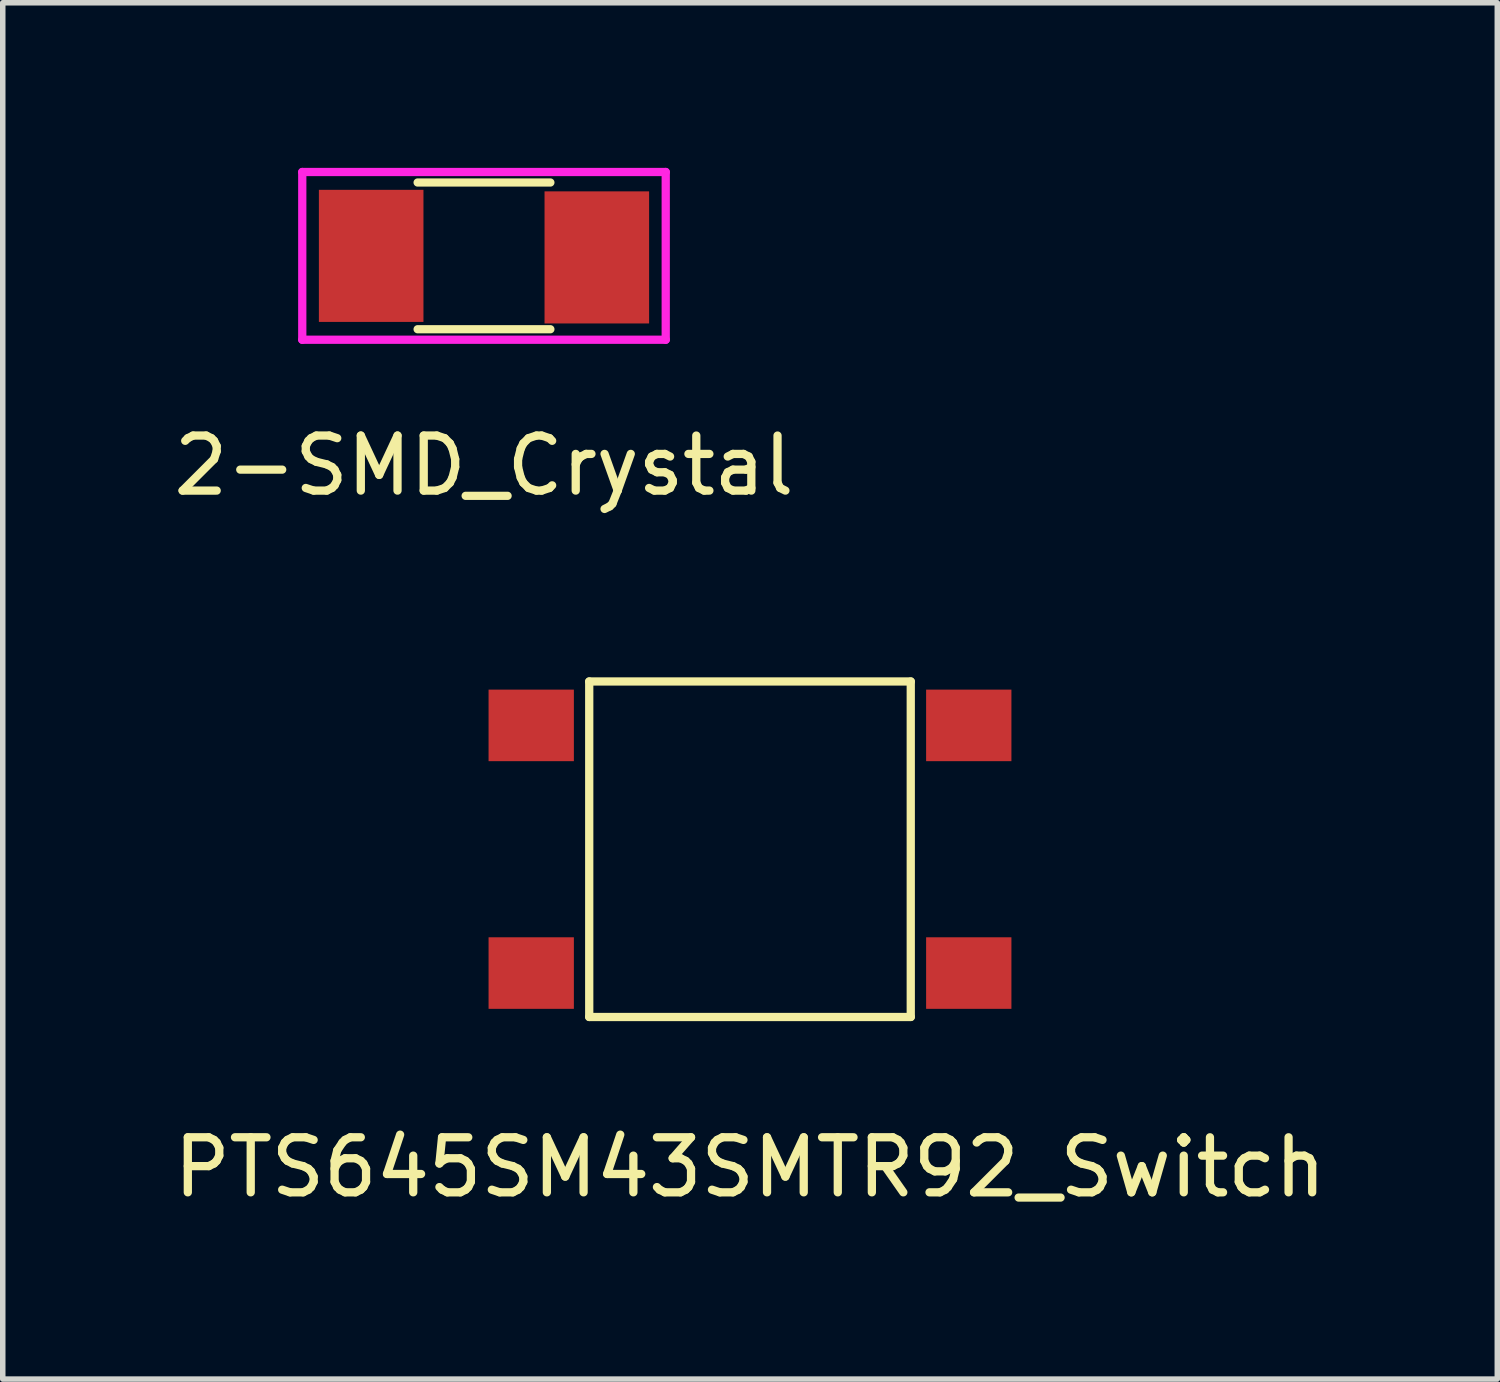
<source format=kicad_pcb>
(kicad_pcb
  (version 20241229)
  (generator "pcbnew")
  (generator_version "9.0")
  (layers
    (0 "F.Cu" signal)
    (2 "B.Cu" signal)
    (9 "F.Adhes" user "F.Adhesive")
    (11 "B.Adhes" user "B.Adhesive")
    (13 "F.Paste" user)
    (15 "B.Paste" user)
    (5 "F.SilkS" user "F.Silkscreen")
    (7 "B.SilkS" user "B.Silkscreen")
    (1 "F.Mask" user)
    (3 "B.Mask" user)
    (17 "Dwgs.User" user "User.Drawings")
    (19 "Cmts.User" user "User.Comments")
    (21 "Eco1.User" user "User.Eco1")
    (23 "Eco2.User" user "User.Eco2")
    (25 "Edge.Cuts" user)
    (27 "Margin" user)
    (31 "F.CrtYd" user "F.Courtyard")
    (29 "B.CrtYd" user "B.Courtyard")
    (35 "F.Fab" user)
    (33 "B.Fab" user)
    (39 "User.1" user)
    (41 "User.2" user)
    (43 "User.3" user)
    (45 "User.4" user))
  (footprint "PTS645SM43SMTR92_Switch"
    (layer "F.Cu")
    (at 10.577 12.38)
    (property "Reference" "PTS645SM43SMTR92_Switch" (at 0 5.779 0) (layer "F.SilkS") (effects (font (size 1 1) (thickness 0.15))))
    (attr through_hole)
    (fp_line (start -2.921 -3.048) (end 2.921 -3.048) (stroke (width 0.15) (type solid)) (layer "F.SilkS"))
    (fp_line (start -2.921 3.048) (end -2.921 -3.048) (stroke (width 0.15) (type solid)) (layer "F.SilkS"))
    (fp_line (start 2.921 -3.048) (end 2.921 3.048) (stroke (width 0.15) (type solid)) (layer "F.SilkS"))
    (fp_line (start 2.921 3.048) (end -2.921 3.048) (stroke (width 0.15) (type solid)) (layer "F.SilkS"))
    (pad "1" smd rect (at -3.975 -2.25) (size 1.55 1.3) (layers "F.Cu" "F.Mask" "F.Paste"))
    (pad "1" smd rect (at 3.975 -2.25) (size 1.55 1.3) (layers "F.Cu" "F.Mask" "F.Paste"))
    (pad "2" smd rect (at -3.975 2.25) (size 1.55 1.3) (layers "F.Cu" "F.Mask" "F.Paste"))
    (pad "2" smd rect (at 3.975 2.25) (size 1.55 1.3) (layers "F.Cu" "F.Mask" "F.Paste")))
  (footprint "2-SMD_Crystal"
    (layer "F.Cu")
    (at 5.744 1.599)
    (property "Reference" "2-SMD_Crystal" (at 0 3.81 0) (layer "F.SilkS") (effects (font (size 1 1) (thickness 0.15))))
    (attr through_hole)
    (fp_line (start -1.206 -1.333) (end 1.206 -1.333) (stroke (width 0.15) (type solid)) (layer "F.SilkS"))
    (fp_line (start 1.206 1.333) (end -1.206 1.333) (stroke (width 0.15) (type solid)) (layer "F.SilkS"))
    (fp_line (start -3.302 -1.524) (end 3.302 -1.524) (stroke (width 0.15) (type solid)) (layer "F.CrtYd"))
    (fp_line (start -3.302 1.524) (end -3.302 -1.524) (stroke (width 0.15) (type solid)) (layer "F.CrtYd"))
    (fp_line (start 3.302 -1.524) (end 3.302 1.524) (stroke (width 0.15) (type solid)) (layer "F.CrtYd"))
    (fp_line (start 3.302 1.524) (end -3.302 1.524) (stroke (width 0.15) (type solid)) (layer "F.CrtYd"))
    (pad "1" smd rect (at -2.05 0) (size 1.9 2.4) (layers "F.Cu" "F.Mask" "F.Paste"))
    (pad "2" smd rect (at 2.05 0.028) (size 1.9 2.4) (layers "F.Cu" "F.Mask" "F.Paste")))
  (gr_rect
    (start -3 -3)
    (end 24.155 22.007)
    (stroke (width 0.1) (type default))
    (fill no)
    (layer "Edge.Cuts")))
</source>
